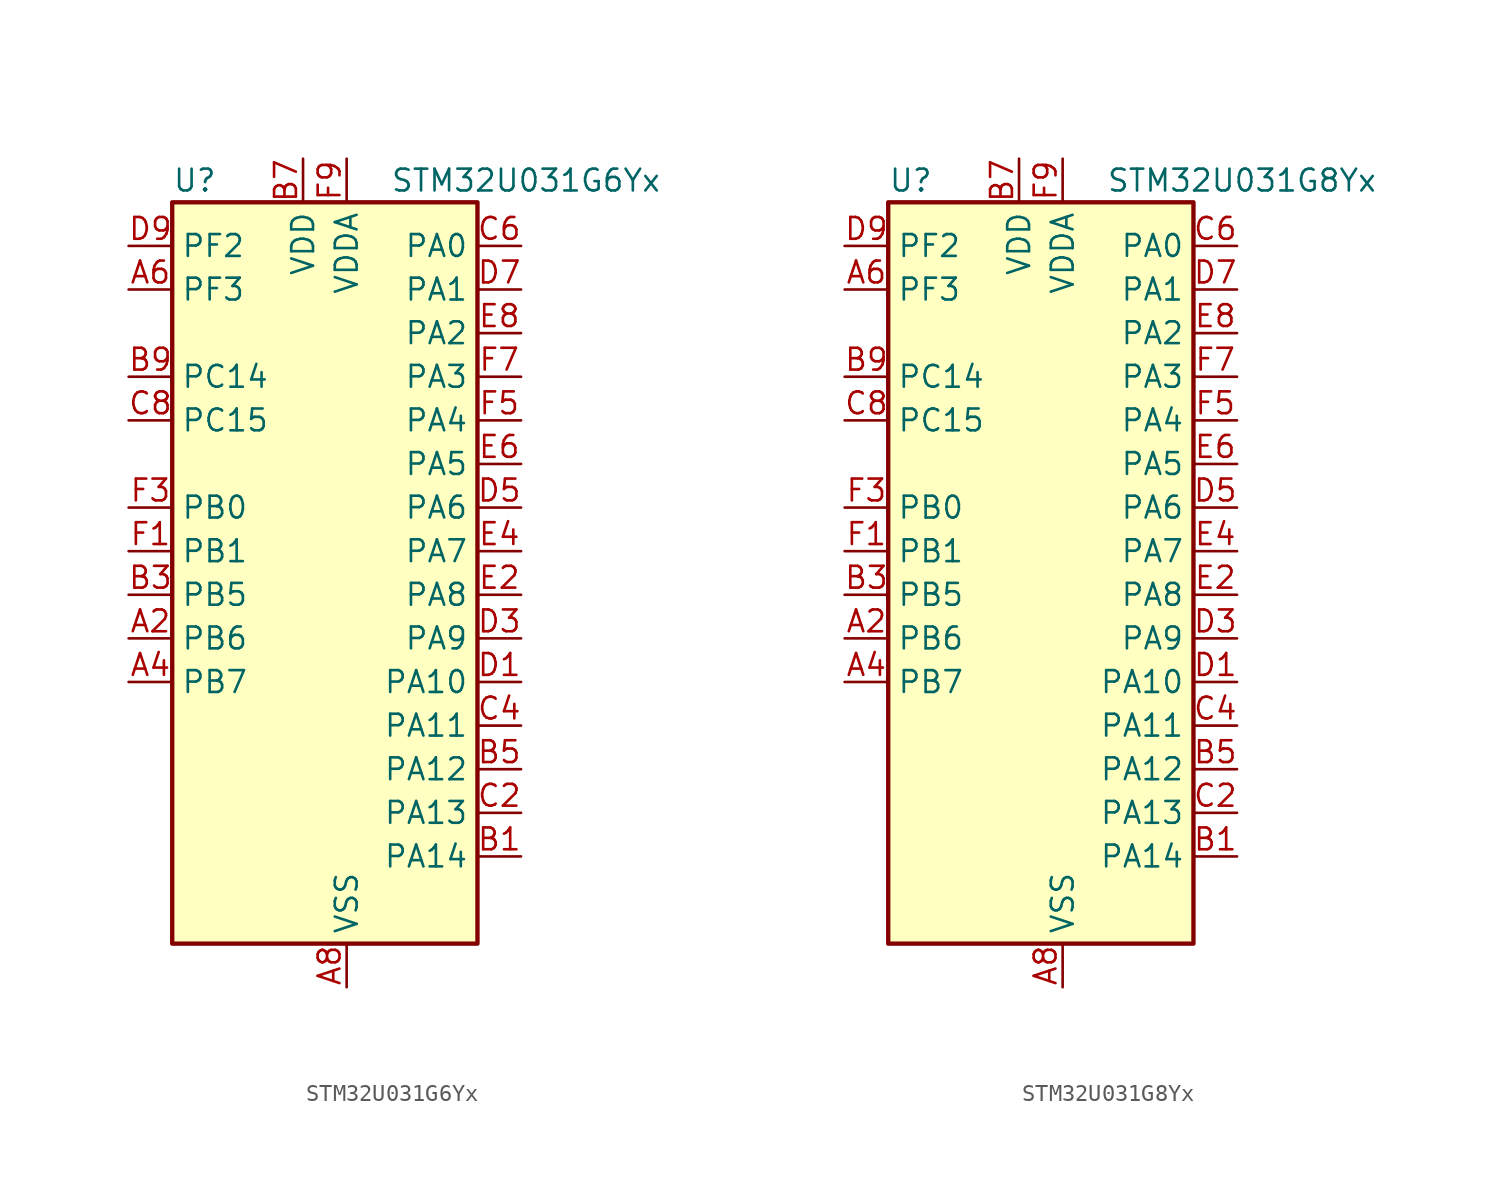
<source format=kicad_sym>
(kicad_symbol_lib
  (version 20231120)
  (generator "kicad_symbol_editor")
  (generator_version "8.99")
  (symbol "STM32U031G6Yx"
    (property "Reference" "U"
      (at -7.62 24.13 0)
      (effects (font (size 1.27 1.27)) (justify left)))
    (property "Value" "STM32U031G6Yx"
      (at 5.08 24.13 0)
      (effects (font (size 1.27 1.27)) (justify left)))
    (property "ki_locked" ""
      (at 0 0 0)
      (effects (font (size 1.27 1.27))))
    (symbol "STM32U031G6Yx_0_1"
      (rectangle (start -7.62 -20.32) (end 10.16 22.86) (stroke (width 0.254) (type default)) (fill (type background))))
    (symbol "STM32U031G6Yx_1_1"
      (pin bidirectional line (at -10.16 -2.54 0) (length 2.54) (name "PB6" (effects (font (size 1.27 1.27)))) (number "A2" (effects (font (size 1.27 1.27)))) (alternate "I2C1_SCL" bidirectional line) (alternate "I2C2_SCL" bidirectional line) (alternate "LPTIM1_ETR" bidirectional line) (alternate "LPUART2_TX" bidirectional line) (alternate "TIM16_CH1N" bidirectional line) (alternate "TSC_G2_IO3" bidirectional line) (alternate "USART1_TX" bidirectional line))
      (pin bidirectional line (at -10.16 -5.08 0) (length 2.54) (name "PB7" (effects (font (size 1.27 1.27)))) (number "A4" (effects (font (size 1.27 1.27)))) (alternate "I2C1_SDA" bidirectional line) (alternate "I2C2_SDA" bidirectional line) (alternate "LPTIM1_IN2" bidirectional line) (alternate "LPUART2_RX" bidirectional line) (alternate "TSC_G2_IO4" bidirectional line) (alternate "USART1_RX" bidirectional line) (alternate "USART4_CTS" bidirectional line))
      (pin bidirectional line (at -10.16 17.78 0) (length 2.54) (name "PF3" (effects (font (size 1.27 1.27)))) (number "A6" (effects (font (size 1.27 1.27)))))
      (pin power_in line (at 2.54 -22.86 90) (length 2.54) (name "VSS" (effects (font (size 1.27 1.27)))) (number "A8" (effects (font (size 1.27 1.27)))))
      (pin bidirectional line (at 12.7 -15.24 180) (length 2.54) (name "PA14" (effects (font (size 1.27 1.27)))) (number "B1" (effects (font (size 1.27 1.27)))) (alternate "DEBUG_JTCK-SWCLK" bidirectional line) (alternate "LPTIM1_CH1" bidirectional line) (alternate "TSC_G3_IO4" bidirectional line))
      (pin bidirectional line (at -10.16 0 0) (length 2.54) (name "PB5" (effects (font (size 1.27 1.27)))) (number "B3" (effects (font (size 1.27 1.27)))) (alternate "LPTIM1_IN1" bidirectional line) (alternate "SPI1_MOSI" bidirectional line) (alternate "TIM16_BKIN" bidirectional line) (alternate "TIM3_CH2" bidirectional line) (alternate "TSC_G2_IO2" bidirectional line) (alternate "USART1_CK" bidirectional line))
      (pin bidirectional line (at 12.7 -10.16 180) (length 2.54) (name "PA12" (effects (font (size 1.27 1.27)))) (number "B5" (effects (font (size 1.27 1.27)))) (alternate "SPI1_MOSI" bidirectional line) (alternate "SPI2_MOSI" bidirectional line) (alternate "TIM1_ETR" bidirectional line) (alternate "USART1_DE" bidirectional line) (alternate "USART1_RTS" bidirectional line))
      (pin power_in line (at 0 25.4 270) (length 2.54) (name "VDD" (effects (font (size 1.27 1.27)))) (number "B7" (effects (font (size 1.27 1.27)))))
      (pin bidirectional line (at -10.16 12.7 0) (length 2.54) (name "PC14" (effects (font (size 1.27 1.27)))) (number "B9" (effects (font (size 1.27 1.27)))) (alternate "RCC_OSC32_IN" bidirectional line))
      (pin bidirectional line (at 12.7 -12.7 180) (length 2.54) (name "PA13" (effects (font (size 1.27 1.27)))) (number "C2" (effects (font (size 1.27 1.27)))) (alternate "DEBUG_JTMS-SWDIO" bidirectional line) (alternate "IR_OUT" bidirectional line) (alternate "TSC_G7_IO4" bidirectional line))
      (pin bidirectional line (at 12.7 -7.62 180) (length 2.54) (name "PA11" (effects (font (size 1.27 1.27)))) (number "C4" (effects (font (size 1.27 1.27)))) (alternate "ADC1_EXTI11" bidirectional line) (alternate "COMP1_OUT" bidirectional line) (alternate "SPI1_MISO" bidirectional line) (alternate "SPI2_MISO" bidirectional line) (alternate "TIM1_BKIN2" bidirectional line) (alternate "TIM1_CH4" bidirectional line) (alternate "USART1_CTS" bidirectional line))
      (pin bidirectional line (at 12.7 20.32 180) (length 2.54) (name "PA0" (effects (font (size 1.27 1.27)))) (number "C6" (effects (font (size 1.27 1.27)))) (alternate "ADC1_IN4" bidirectional line) (alternate "COMP1_INM" bidirectional line) (alternate "COMP1_OUT" bidirectional line) (alternate "OPAMP1_VINP" bidirectional line) (alternate "PWR_WKUP1" bidirectional line) (alternate "TAMP_IN2" bidirectional line) (alternate "TIM2_CH1" bidirectional line) (alternate "TIM2_ETR" bidirectional line) (alternate "USART2_CTS" bidirectional line) (alternate "USART4_TX" bidirectional line))
      (pin bidirectional line (at -10.16 10.16 0) (length 2.54) (name "PC15" (effects (font (size 1.27 1.27)))) (number "C8" (effects (font (size 1.27 1.27)))) (alternate "RCC_OSC32_EN" bidirectional line) (alternate "RCC_OSC32_OUT" bidirectional line) (alternate "RCC_OSC_EN" bidirectional line))
      (pin bidirectional line (at 12.7 -5.08 180) (length 2.54) (name "PA10" (effects (font (size 1.27 1.27)))) (number "D1" (effects (font (size 1.27 1.27)))) (alternate "I2C1_SDA" bidirectional line) (alternate "I2C2_SDA" bidirectional line) (alternate "RCC_MCO2" bidirectional line) (alternate "SPI2_NSS" bidirectional line) (alternate "TIM1_CH3" bidirectional line) (alternate "TSC_G7_IO3" bidirectional line) (alternate "USART1_RX" bidirectional line))
      (pin bidirectional line (at 12.7 -2.54 180) (length 2.54) (name "PA9" (effects (font (size 1.27 1.27)))) (number "D3" (effects (font (size 1.27 1.27)))) (alternate "COMP1_INP" bidirectional line) (alternate "DAC1_EXTI9" bidirectional line) (alternate "I2C1_SCL" bidirectional line) (alternate "I2C2_SCL" bidirectional line) (alternate "RCC_MCO" bidirectional line) (alternate "TIM15_BKIN" bidirectional line) (alternate "TIM1_CH2" bidirectional line) (alternate "TSC_G7_IO2" bidirectional line) (alternate "USART1_TX" bidirectional line))
      (pin bidirectional line (at 12.7 5.08 180) (length 2.54) (name "PA6" (effects (font (size 1.27 1.27)))) (number "D5" (effects (font (size 1.27 1.27)))) (alternate "ADC1_IN10" bidirectional line) (alternate "COMP1_OUT" bidirectional line) (alternate "I2C2_SDA" bidirectional line) (alternate "I2C3_SDA" bidirectional line) (alternate "LPUART1_CTS" bidirectional line) (alternate "SPI1_MISO" bidirectional line) (alternate "TIM16_CH1" bidirectional line) (alternate "TIM1_BKIN" bidirectional line) (alternate "TIM3_CH1" bidirectional line) (alternate "TSC_G5_IO1" bidirectional line) (alternate "USART3_CTS" bidirectional line))
      (pin bidirectional line (at 12.7 17.78 180) (length 2.54) (name "PA1" (effects (font (size 1.27 1.27)))) (number "D7" (effects (font (size 1.27 1.27)))) (alternate "ADC1_IN5" bidirectional line) (alternate "COMP1_INP" bidirectional line) (alternate "LPTIM1_CH2" bidirectional line) (alternate "OPAMP1_VINM" bidirectional line) (alternate "PWR_WKUP3" bidirectional line) (alternate "SPI1_SCK" bidirectional line) (alternate "SPI2_SCK" bidirectional line) (alternate "TAMP_IN5" bidirectional line) (alternate "TIM15_CH1N" bidirectional line) (alternate "TIM2_CH2" bidirectional line) (alternate "USART2_DE" bidirectional line) (alternate "USART2_RTS" bidirectional line) (alternate "USART4_RX" bidirectional line))
      (pin bidirectional line (at -10.16 20.32 0) (length 2.54) (name "PF2" (effects (font (size 1.27 1.27)))) (number "D9" (effects (font (size 1.27 1.27)))) (alternate "RCC_MCO" bidirectional line))
      (pin bidirectional line (at 12.7 0 180) (length 2.54) (name "PA8" (effects (font (size 1.27 1.27)))) (number "E2" (effects (font (size 1.27 1.27)))) (alternate "LPTIM2_CH1" bidirectional line) (alternate "RCC_MCO" bidirectional line) (alternate "RCC_MCO2" bidirectional line) (alternate "TIM1_CH1" bidirectional line) (alternate "TSC_G7_IO1" bidirectional line) (alternate "USART1_CK" bidirectional line))
      (pin bidirectional line (at 12.7 2.54 180) (length 2.54) (name "PA7" (effects (font (size 1.27 1.27)))) (number "E4" (effects (font (size 1.27 1.27)))) (alternate "ADC1_IN14" bidirectional line) (alternate "I2C2_SCL" bidirectional line) (alternate "I2C3_SCL" bidirectional line) (alternate "LPTIM2_CH2" bidirectional line) (alternate "SPI1_MOSI" bidirectional line) (alternate "TIM1_CH1N" bidirectional line) (alternate "TIM3_CH2" bidirectional line) (alternate "USART3_RX" bidirectional line))
      (pin bidirectional line (at 12.7 7.62 180) (length 2.54) (name "PA5" (effects (font (size 1.27 1.27)))) (number "E6" (effects (font (size 1.27 1.27)))) (alternate "ADC1_IN9" bidirectional line) (alternate "COMP1_INM" bidirectional line) (alternate "LPTIM2_ETR" bidirectional line) (alternate "SPI1_SCK" bidirectional line) (alternate "TIM2_CH1" bidirectional line) (alternate "TIM2_ETR" bidirectional line) (alternate "USART3_TX" bidirectional line))
      (pin bidirectional line (at 12.7 15.24 180) (length 2.54) (name "PA2" (effects (font (size 1.27 1.27)))) (number "E8" (effects (font (size 1.27 1.27)))) (alternate "ADC1_IN6" bidirectional line) (alternate "LPUART1_TX" bidirectional line) (alternate "PWR_WKUP4" bidirectional line) (alternate "RCC_LSCO" bidirectional line) (alternate "TIM15_CH1" bidirectional line) (alternate "TIM2_CH3" bidirectional line) (alternate "USART2_TX" bidirectional line))
      (pin bidirectional line (at -10.16 2.54 0) (length 2.54) (name "PB1" (effects (font (size 1.27 1.27)))) (number "F1" (effects (font (size 1.27 1.27)))) (alternate "ADC1_IN18" bidirectional line) (alternate "COMP1_INM" bidirectional line) (alternate "LPTIM2_IN1" bidirectional line) (alternate "LPUART1_DE" bidirectional line) (alternate "LPUART1_RTS" bidirectional line) (alternate "LPUART2_DE" bidirectional line) (alternate "LPUART2_RTS" bidirectional line) (alternate "TIM1_CH3N" bidirectional line) (alternate "TIM3_CH4" bidirectional line) (alternate "TSC_SYNC" bidirectional line) (alternate "USART3_DE" bidirectional line) (alternate "USART3_RTS" bidirectional line))
      (pin bidirectional line (at -10.16 5.08 0) (length 2.54) (name "PB0" (effects (font (size 1.27 1.27)))) (number "F3" (effects (font (size 1.27 1.27)))) (alternate "ADC1_IN17" bidirectional line) (alternate "COMP1_OUT" bidirectional line) (alternate "LPUART2_CTS" bidirectional line) (alternate "SPI1_NSS" bidirectional line) (alternate "TIM1_CH2N" bidirectional line) (alternate "TIM3_CH3" bidirectional line) (alternate "TSC_G5_IO2" bidirectional line) (alternate "USART3_CK" bidirectional line))
      (pin bidirectional line (at 12.7 10.16 180) (length 2.54) (name "PA4" (effects (font (size 1.27 1.27)))) (number "F5" (effects (font (size 1.27 1.27)))) (alternate "ADC1_IN8" bidirectional line) (alternate "COMP1_INM" bidirectional line) (alternate "DAC1_OUT1" bidirectional line) (alternate "LPTIM2_CH1" bidirectional line) (alternate "SPI1_NSS" bidirectional line) (alternate "USART2_CK" bidirectional line))
      (pin bidirectional line (at 12.7 12.7 180) (length 2.54) (name "PA3" (effects (font (size 1.27 1.27)))) (number "F7" (effects (font (size 1.27 1.27)))) (alternate "ADC1_IN7" bidirectional line) (alternate "LPUART1_RX" bidirectional line) (alternate "OPAMP1_VOUT" bidirectional line) (alternate "TIM15_CH2" bidirectional line) (alternate "TIM2_CH4" bidirectional line) (alternate "USART2_RX" bidirectional line))
      (pin power_in line (at 2.54 25.4 270) (length 2.54) (name "VDDA" (effects (font (size 1.27 1.27)))) (number "F9" (effects (font (size 1.27 1.27)))))))
  (symbol "STM32U031G8Yx"
    (property "Reference" "U"
      (at -7.62 24.13 0)
      (effects (font (size 1.27 1.27)) (justify left)))
    (property "Value" "STM32U031G8Yx"
      (at 5.08 24.13 0)
      (effects (font (size 1.27 1.27)) (justify left)))
    (property "ki_locked" ""
      (at 0 0 0)
      (effects (font (size 1.27 1.27))))
    (symbol "STM32U031G8Yx_0_1"
      (rectangle (start -7.62 -20.32) (end 10.16 22.86) (stroke (width 0.254) (type default)) (fill (type background))))
    (symbol "STM32U031G8Yx_1_1"
      (pin bidirectional line (at -10.16 -2.54 0) (length 2.54) (name "PB6" (effects (font (size 1.27 1.27)))) (number "A2" (effects (font (size 1.27 1.27)))) (alternate "I2C1_SCL" bidirectional line) (alternate "I2C2_SCL" bidirectional line) (alternate "LPTIM1_ETR" bidirectional line) (alternate "LPUART2_TX" bidirectional line) (alternate "TIM16_CH1N" bidirectional line) (alternate "TSC_G2_IO3" bidirectional line) (alternate "USART1_TX" bidirectional line))
      (pin bidirectional line (at -10.16 -5.08 0) (length 2.54) (name "PB7" (effects (font (size 1.27 1.27)))) (number "A4" (effects (font (size 1.27 1.27)))) (alternate "I2C1_SDA" bidirectional line) (alternate "I2C2_SDA" bidirectional line) (alternate "LPTIM1_IN2" bidirectional line) (alternate "LPUART2_RX" bidirectional line) (alternate "TSC_G2_IO4" bidirectional line) (alternate "USART1_RX" bidirectional line) (alternate "USART4_CTS" bidirectional line))
      (pin bidirectional line (at -10.16 17.78 0) (length 2.54) (name "PF3" (effects (font (size 1.27 1.27)))) (number "A6" (effects (font (size 1.27 1.27)))))
      (pin power_in line (at 2.54 -22.86 90) (length 2.54) (name "VSS" (effects (font (size 1.27 1.27)))) (number "A8" (effects (font (size 1.27 1.27)))))
      (pin bidirectional line (at 12.7 -15.24 180) (length 2.54) (name "PA14" (effects (font (size 1.27 1.27)))) (number "B1" (effects (font (size 1.27 1.27)))) (alternate "DEBUG_JTCK-SWCLK" bidirectional line) (alternate "LPTIM1_CH1" bidirectional line) (alternate "TSC_G3_IO4" bidirectional line))
      (pin bidirectional line (at -10.16 0 0) (length 2.54) (name "PB5" (effects (font (size 1.27 1.27)))) (number "B3" (effects (font (size 1.27 1.27)))) (alternate "LPTIM1_IN1" bidirectional line) (alternate "SPI1_MOSI" bidirectional line) (alternate "TIM16_BKIN" bidirectional line) (alternate "TIM3_CH2" bidirectional line) (alternate "TSC_G2_IO2" bidirectional line) (alternate "USART1_CK" bidirectional line))
      (pin bidirectional line (at 12.7 -10.16 180) (length 2.54) (name "PA12" (effects (font (size 1.27 1.27)))) (number "B5" (effects (font (size 1.27 1.27)))) (alternate "SPI1_MOSI" bidirectional line) (alternate "SPI2_MOSI" bidirectional line) (alternate "TIM1_ETR" bidirectional line) (alternate "USART1_DE" bidirectional line) (alternate "USART1_RTS" bidirectional line))
      (pin power_in line (at 0 25.4 270) (length 2.54) (name "VDD" (effects (font (size 1.27 1.27)))) (number "B7" (effects (font (size 1.27 1.27)))))
      (pin bidirectional line (at -10.16 12.7 0) (length 2.54) (name "PC14" (effects (font (size 1.27 1.27)))) (number "B9" (effects (font (size 1.27 1.27)))) (alternate "RCC_OSC32_IN" bidirectional line))
      (pin bidirectional line (at 12.7 -12.7 180) (length 2.54) (name "PA13" (effects (font (size 1.27 1.27)))) (number "C2" (effects (font (size 1.27 1.27)))) (alternate "DEBUG_JTMS-SWDIO" bidirectional line) (alternate "IR_OUT" bidirectional line) (alternate "TSC_G7_IO4" bidirectional line))
      (pin bidirectional line (at 12.7 -7.62 180) (length 2.54) (name "PA11" (effects (font (size 1.27 1.27)))) (number "C4" (effects (font (size 1.27 1.27)))) (alternate "ADC1_EXTI11" bidirectional line) (alternate "COMP1_OUT" bidirectional line) (alternate "SPI1_MISO" bidirectional line) (alternate "SPI2_MISO" bidirectional line) (alternate "TIM1_BKIN2" bidirectional line) (alternate "TIM1_CH4" bidirectional line) (alternate "USART1_CTS" bidirectional line))
      (pin bidirectional line (at 12.7 20.32 180) (length 2.54) (name "PA0" (effects (font (size 1.27 1.27)))) (number "C6" (effects (font (size 1.27 1.27)))) (alternate "ADC1_IN4" bidirectional line) (alternate "COMP1_INM" bidirectional line) (alternate "COMP1_OUT" bidirectional line) (alternate "OPAMP1_VINP" bidirectional line) (alternate "PWR_WKUP1" bidirectional line) (alternate "TAMP_IN2" bidirectional line) (alternate "TIM2_CH1" bidirectional line) (alternate "TIM2_ETR" bidirectional line) (alternate "USART2_CTS" bidirectional line) (alternate "USART4_TX" bidirectional line))
      (pin bidirectional line (at -10.16 10.16 0) (length 2.54) (name "PC15" (effects (font (size 1.27 1.27)))) (number "C8" (effects (font (size 1.27 1.27)))) (alternate "RCC_OSC32_EN" bidirectional line) (alternate "RCC_OSC32_OUT" bidirectional line) (alternate "RCC_OSC_EN" bidirectional line))
      (pin bidirectional line (at 12.7 -5.08 180) (length 2.54) (name "PA10" (effects (font (size 1.27 1.27)))) (number "D1" (effects (font (size 1.27 1.27)))) (alternate "I2C1_SDA" bidirectional line) (alternate "I2C2_SDA" bidirectional line) (alternate "RCC_MCO2" bidirectional line) (alternate "SPI2_NSS" bidirectional line) (alternate "TIM1_CH3" bidirectional line) (alternate "TSC_G7_IO3" bidirectional line) (alternate "USART1_RX" bidirectional line))
      (pin bidirectional line (at 12.7 -2.54 180) (length 2.54) (name "PA9" (effects (font (size 1.27 1.27)))) (number "D3" (effects (font (size 1.27 1.27)))) (alternate "COMP1_INP" bidirectional line) (alternate "DAC1_EXTI9" bidirectional line) (alternate "I2C1_SCL" bidirectional line) (alternate "I2C2_SCL" bidirectional line) (alternate "RCC_MCO" bidirectional line) (alternate "TIM15_BKIN" bidirectional line) (alternate "TIM1_CH2" bidirectional line) (alternate "TSC_G7_IO2" bidirectional line) (alternate "USART1_TX" bidirectional line))
      (pin bidirectional line (at 12.7 5.08 180) (length 2.54) (name "PA6" (effects (font (size 1.27 1.27)))) (number "D5" (effects (font (size 1.27 1.27)))) (alternate "ADC1_IN10" bidirectional line) (alternate "COMP1_OUT" bidirectional line) (alternate "I2C2_SDA" bidirectional line) (alternate "I2C3_SDA" bidirectional line) (alternate "LPUART1_CTS" bidirectional line) (alternate "SPI1_MISO" bidirectional line) (alternate "TIM16_CH1" bidirectional line) (alternate "TIM1_BKIN" bidirectional line) (alternate "TIM3_CH1" bidirectional line) (alternate "TSC_G5_IO1" bidirectional line) (alternate "USART3_CTS" bidirectional line))
      (pin bidirectional line (at 12.7 17.78 180) (length 2.54) (name "PA1" (effects (font (size 1.27 1.27)))) (number "D7" (effects (font (size 1.27 1.27)))) (alternate "ADC1_IN5" bidirectional line) (alternate "COMP1_INP" bidirectional line) (alternate "LPTIM1_CH2" bidirectional line) (alternate "OPAMP1_VINM" bidirectional line) (alternate "PWR_WKUP3" bidirectional line) (alternate "SPI1_SCK" bidirectional line) (alternate "SPI2_SCK" bidirectional line) (alternate "TAMP_IN5" bidirectional line) (alternate "TIM15_CH1N" bidirectional line) (alternate "TIM2_CH2" bidirectional line) (alternate "USART2_DE" bidirectional line) (alternate "USART2_RTS" bidirectional line) (alternate "USART4_RX" bidirectional line))
      (pin bidirectional line (at -10.16 20.32 0) (length 2.54) (name "PF2" (effects (font (size 1.27 1.27)))) (number "D9" (effects (font (size 1.27 1.27)))) (alternate "RCC_MCO" bidirectional line))
      (pin bidirectional line (at 12.7 0 180) (length 2.54) (name "PA8" (effects (font (size 1.27 1.27)))) (number "E2" (effects (font (size 1.27 1.27)))) (alternate "LPTIM2_CH1" bidirectional line) (alternate "RCC_MCO" bidirectional line) (alternate "RCC_MCO2" bidirectional line) (alternate "TIM1_CH1" bidirectional line) (alternate "TSC_G7_IO1" bidirectional line) (alternate "USART1_CK" bidirectional line))
      (pin bidirectional line (at 12.7 2.54 180) (length 2.54) (name "PA7" (effects (font (size 1.27 1.27)))) (number "E4" (effects (font (size 1.27 1.27)))) (alternate "ADC1_IN14" bidirectional line) (alternate "I2C2_SCL" bidirectional line) (alternate "I2C3_SCL" bidirectional line) (alternate "LPTIM2_CH2" bidirectional line) (alternate "SPI1_MOSI" bidirectional line) (alternate "TIM1_CH1N" bidirectional line) (alternate "TIM3_CH2" bidirectional line) (alternate "USART3_RX" bidirectional line))
      (pin bidirectional line (at 12.7 7.62 180) (length 2.54) (name "PA5" (effects (font (size 1.27 1.27)))) (number "E6" (effects (font (size 1.27 1.27)))) (alternate "ADC1_IN9" bidirectional line) (alternate "COMP1_INM" bidirectional line) (alternate "LPTIM2_ETR" bidirectional line) (alternate "SPI1_SCK" bidirectional line) (alternate "TIM2_CH1" bidirectional line) (alternate "TIM2_ETR" bidirectional line) (alternate "USART3_TX" bidirectional line))
      (pin bidirectional line (at 12.7 15.24 180) (length 2.54) (name "PA2" (effects (font (size 1.27 1.27)))) (number "E8" (effects (font (size 1.27 1.27)))) (alternate "ADC1_IN6" bidirectional line) (alternate "LPUART1_TX" bidirectional line) (alternate "PWR_WKUP4" bidirectional line) (alternate "RCC_LSCO" bidirectional line) (alternate "TIM15_CH1" bidirectional line) (alternate "TIM2_CH3" bidirectional line) (alternate "USART2_TX" bidirectional line))
      (pin bidirectional line (at -10.16 2.54 0) (length 2.54) (name "PB1" (effects (font (size 1.27 1.27)))) (number "F1" (effects (font (size 1.27 1.27)))) (alternate "ADC1_IN18" bidirectional line) (alternate "COMP1_INM" bidirectional line) (alternate "LPTIM2_IN1" bidirectional line) (alternate "LPUART1_DE" bidirectional line) (alternate "LPUART1_RTS" bidirectional line) (alternate "LPUART2_DE" bidirectional line) (alternate "LPUART2_RTS" bidirectional line) (alternate "TIM1_CH3N" bidirectional line) (alternate "TIM3_CH4" bidirectional line) (alternate "TSC_SYNC" bidirectional line) (alternate "USART3_DE" bidirectional line) (alternate "USART3_RTS" bidirectional line))
      (pin bidirectional line (at -10.16 5.08 0) (length 2.54) (name "PB0" (effects (font (size 1.27 1.27)))) (number "F3" (effects (font (size 1.27 1.27)))) (alternate "ADC1_IN17" bidirectional line) (alternate "COMP1_OUT" bidirectional line) (alternate "LPUART2_CTS" bidirectional line) (alternate "SPI1_NSS" bidirectional line) (alternate "TIM1_CH2N" bidirectional line) (alternate "TIM3_CH3" bidirectional line) (alternate "TSC_G5_IO2" bidirectional line) (alternate "USART3_CK" bidirectional line))
      (pin bidirectional line (at 12.7 10.16 180) (length 2.54) (name "PA4" (effects (font (size 1.27 1.27)))) (number "F5" (effects (font (size 1.27 1.27)))) (alternate "ADC1_IN8" bidirectional line) (alternate "COMP1_INM" bidirectional line) (alternate "DAC1_OUT1" bidirectional line) (alternate "LPTIM2_CH1" bidirectional line) (alternate "SPI1_NSS" bidirectional line) (alternate "USART2_CK" bidirectional line))
      (pin bidirectional line (at 12.7 12.7 180) (length 2.54) (name "PA3" (effects (font (size 1.27 1.27)))) (number "F7" (effects (font (size 1.27 1.27)))) (alternate "ADC1_IN7" bidirectional line) (alternate "LPUART1_RX" bidirectional line) (alternate "OPAMP1_VOUT" bidirectional line) (alternate "TIM15_CH2" bidirectional line) (alternate "TIM2_CH4" bidirectional line) (alternate "USART2_RX" bidirectional line))
      (pin power_in line (at 2.54 25.4 270) (length 2.54) (name "VDDA" (effects (font (size 1.27 1.27)))) (number "F9" (effects (font (size 1.27 1.27))))))))
</source>
